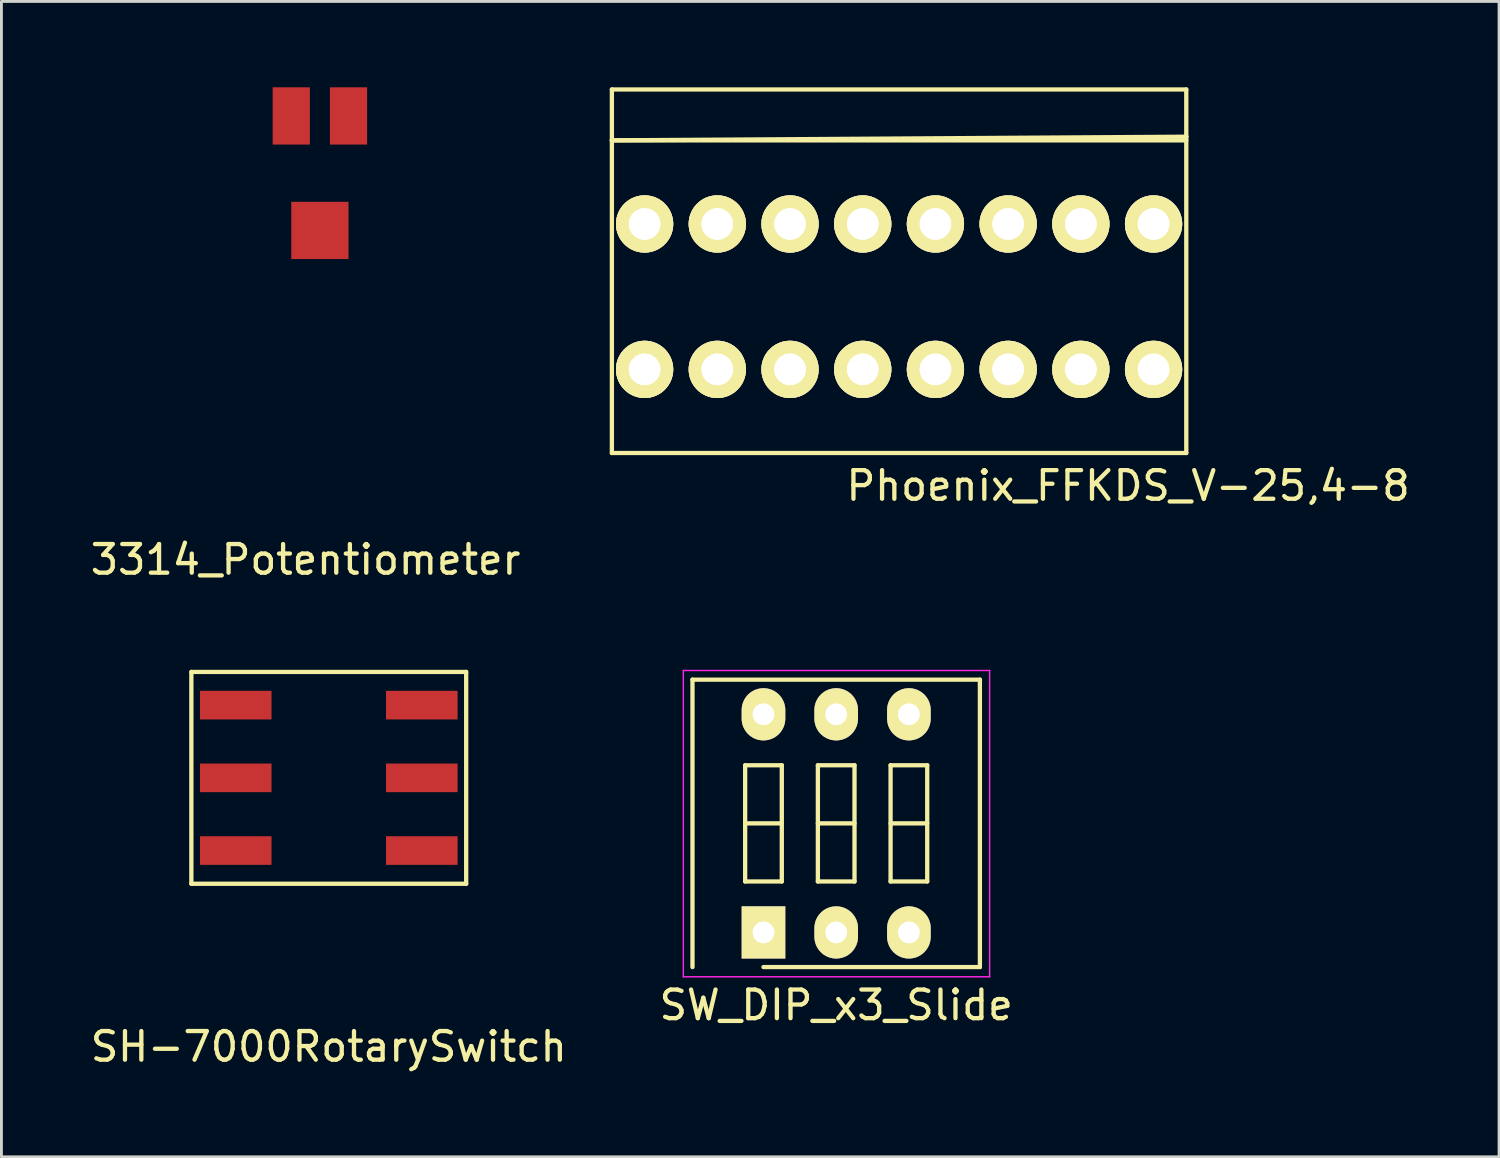
<source format=kicad_pcb>
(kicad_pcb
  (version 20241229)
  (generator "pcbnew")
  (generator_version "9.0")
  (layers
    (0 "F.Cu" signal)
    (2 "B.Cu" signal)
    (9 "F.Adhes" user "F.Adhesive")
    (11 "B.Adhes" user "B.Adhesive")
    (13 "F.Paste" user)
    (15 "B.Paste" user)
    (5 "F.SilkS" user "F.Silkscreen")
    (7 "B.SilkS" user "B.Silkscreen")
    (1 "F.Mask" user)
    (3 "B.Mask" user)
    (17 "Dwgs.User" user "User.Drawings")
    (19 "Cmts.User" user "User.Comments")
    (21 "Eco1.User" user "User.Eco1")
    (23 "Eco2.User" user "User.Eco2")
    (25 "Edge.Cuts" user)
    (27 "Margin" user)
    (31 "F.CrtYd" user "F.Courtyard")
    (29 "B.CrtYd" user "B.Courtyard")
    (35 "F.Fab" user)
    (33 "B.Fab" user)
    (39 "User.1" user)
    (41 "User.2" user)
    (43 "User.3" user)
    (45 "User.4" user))
  (footprint "SW_DIP_x3_Slide"
    (layer "F.Cu")
    (at 23.621 29.523)
    (property "Reference" "SW_DIP_x3_Slide" (at 2.54 2.54 0) (layer "F.SilkS") (effects (font (size 1 1) (thickness 0.15))))
    (attr through_hole)
    (fp_line (start -2.48 -8.83) (end 7.56 -8.83) (stroke (width 0.15) (type solid)) (layer "F.SilkS"))
    (fp_line (start -2.48 1.21) (end -2.48 -8.83) (stroke (width 0.15) (type solid)) (layer "F.SilkS"))
    (fp_line (start -0.64 -5.84) (end -0.64 -1.78) (stroke (width 0.15) (type solid)) (layer "F.SilkS"))
    (fp_line (start -0.64 -3.81) (end 0.64 -3.81) (stroke (width 0.15) (type solid)) (layer "F.SilkS"))
    (fp_line (start -0.64 -1.78) (end 0.64 -1.78) (stroke (width 0.15) (type solid)) (layer "F.SilkS"))
    (fp_line (start 0.64 -5.84) (end -0.64 -5.84) (stroke (width 0.15) (type solid)) (layer "F.SilkS"))
    (fp_line (start 0.64 -1.78) (end 0.64 -5.84) (stroke (width 0.15) (type solid)) (layer "F.SilkS"))
    (fp_line (start 1.9 -5.84) (end 1.9 -1.78) (stroke (width 0.15) (type solid)) (layer "F.SilkS"))
    (fp_line (start 1.9 -3.81) (end 3.18 -3.81) (stroke (width 0.15) (type solid)) (layer "F.SilkS"))
    (fp_line (start 1.9 -1.78) (end 3.18 -1.78) (stroke (width 0.15) (type solid)) (layer "F.SilkS"))
    (fp_line (start 3.18 -5.84) (end 1.9 -5.84) (stroke (width 0.15) (type solid)) (layer "F.SilkS"))
    (fp_line (start 3.18 -1.78) (end 3.18 -5.84) (stroke (width 0.15) (type solid)) (layer "F.SilkS"))
    (fp_line (start 4.44 -5.84) (end 4.44 -1.78) (stroke (width 0.15) (type solid)) (layer "F.SilkS"))
    (fp_line (start 4.44 -3.81) (end 5.72 -3.81) (stroke (width 0.15) (type solid)) (layer "F.SilkS"))
    (fp_line (start 4.44 -1.78) (end 5.72 -1.78) (stroke (width 0.15) (type solid)) (layer "F.SilkS"))
    (fp_line (start 5.72 -5.84) (end 4.44 -5.84) (stroke (width 0.15) (type solid)) (layer "F.SilkS"))
    (fp_line (start 5.72 -1.78) (end 5.72 -5.84) (stroke (width 0.15) (type solid)) (layer "F.SilkS"))
    (fp_line (start 7.56 -8.83) (end 7.56 1.21) (stroke (width 0.15) (type solid)) (layer "F.SilkS"))
    (fp_line (start 7.56 1.21) (end 0 1.21) (stroke (width 0.15) (type solid)) (layer "F.SilkS"))
    (fp_line (start -2.8 -9.15) (end -2.8 1.55) (stroke (width 0.05) (type solid)) (layer "F.CrtYd"))
    (fp_line (start -2.8 1.55) (end 7.9 1.55) (stroke (width 0.05) (type solid)) (layer "F.CrtYd"))
    (fp_line (start 7.9 -9.15) (end -2.8 -9.15) (stroke (width 0.05) (type solid)) (layer "F.CrtYd"))
    (fp_line (start 7.9 1.55) (end 7.9 -9.15) (stroke (width 0.05) (type solid)) (layer "F.CrtYd"))
    (pad "1" thru_hole rect (at 0 0) (size 1.524 1.824) (drill 0.762) (layers "*.Cu" "*.Mask" "F.SilkS"))
    (pad "2" thru_hole oval (at 0 -7.62) (size 1.524 1.824) (drill 0.762) (layers "*.Cu" "*.Mask" "F.SilkS"))
    (pad "3" thru_hole oval (at 2.54 0) (size 1.524 1.824) (drill 0.762) (layers "*.Cu" "*.Mask" "F.SilkS"))
    (pad "4" thru_hole oval (at 2.54 -7.62) (size 1.524 1.824) (drill 0.762) (layers "*.Cu" "*.Mask" "F.SilkS"))
    (pad "5" thru_hole oval (at 5.08 0) (size 1.524 1.824) (drill 0.762) (layers "*.Cu" "*.Mask" "F.SilkS"))
    (pad "6" thru_hole oval (at 5.08 -7.62) (size 1.524 1.824) (drill 0.762) (layers "*.Cu" "*.Mask" "F.SilkS")))
  (footprint "3314_Potentiometer"
    (layer "F.Cu")
    (at 8.125 3)
    (property "Reference" "3314_Potentiometer" (at -0.5 13.5 0) (layer "F.SilkS") (effects (font (size 1 1) (thickness 0.15))))
    (attr through_hole)
    (pad "1" smd rect (at 0 2) (size 2 2) (layers "F.Cu" "F.Mask" "F.Paste"))
    (pad "1" smd rect (at 1 -2) (size 1.3 2) (layers "F.Cu" "F.Mask" "F.Paste"))
    (pad "2" smd rect (at -1 -2) (size 1.3 2) (layers "F.Cu" "F.Mask" "F.Paste")))
  (footprint "SH-7000RotarySwitch"
    (layer "F.Cu")
    (at 8.435 24.123)
    (property "Reference" "SH-7000RotarySwitch" (at 0 9.39 0) (layer "F.SilkS") (effects (font (size 1 1) (thickness 0.15))))
    (attr through_hole)
    (fp_line (start -4.8 -3.7) (end -4.8 3.7) (stroke (width 0.15) (type solid)) (layer "F.SilkS"))
    (fp_line (start -4.8 3.7) (end 4.8 3.7) (stroke (width 0.15) (type solid)) (layer "F.SilkS"))
    (fp_line (start 4.8 -3.7) (end -4.8 -3.7) (stroke (width 0.15) (type solid)) (layer "F.SilkS"))
    (fp_line (start 4.8 3.7) (end 4.8 -3.7) (stroke (width 0.15) (type solid)) (layer "F.SilkS"))
    (pad "1" smd rect (at 3.25 2.54) (size 2.5 1) (layers "F.Cu" "F.Mask" "F.Paste"))
    (pad "2" smd rect (at 3.25 0) (size 2.5 1) (layers "F.Cu" "F.Mask" "F.Paste"))
    (pad "3" smd rect (at 3.25 -2.54) (size 2.5 1) (layers "F.Cu" "F.Mask" "F.Paste"))
    (pad "4" smd rect (at -3.25 -2.54) (size 2.5 1) (layers "F.Cu" "F.Mask" "F.Paste"))
    (pad "5" smd rect (at -3.25 0) (size 2.5 1) (layers "F.Cu" "F.Mask" "F.Paste"))
    (pad "6" smd rect (at -3.25 2.54) (size 2.5 1) (layers "F.Cu" "F.Mask" "F.Paste")))
  (footprint "Phoenix_FFKDS_V-25,4-8"
    (layer "F.Cu")
    (at 28.358 7.314)
    (property "Reference" "Phoenix_FFKDS_V-25,4-8" (at 8.001 6.604 0) (layer "F.SilkS") (effects (font (size 1 1) (thickness 0.15))))
    (attr through_hole)
    (fp_line (start -10.033 -7.239) (end -10.033 -5.461) (stroke (width 0.15) (type solid)) (layer "F.SilkS"))
    (fp_line (start -10.033 -5.461) (end -10.033 5.461) (stroke (width 0.15) (type solid)) (layer "F.SilkS"))
    (fp_line (start -10.033 -5.461) (end 10.033 -5.461) (stroke (width 0.15) (type solid)) (layer "F.SilkS"))
    (fp_line (start -10.033 5.461) (end 10.033 5.461) (stroke (width 0.15) (type solid)) (layer "F.SilkS"))
    (fp_line (start 10.033 -7.239) (end -10.033 -7.239) (stroke (width 0.15) (type solid)) (layer "F.SilkS"))
    (fp_line (start 10.033 -5.588) (end -10.033 -5.461) (stroke (width 0.15) (type solid)) (layer "F.SilkS"))
    (fp_line (start 10.033 -5.588) (end 10.033 -7.239) (stroke (width 0.15) (type solid)) (layer "F.SilkS"))
    (fp_line (start 10.033 5.461) (end 10.033 -5.588) (stroke (width 0.15) (type solid)) (layer "F.SilkS"))
    (pad "1" thru_hole circle (at -8.89 -2.54 180) (size 2 2) (drill 1.1) (layers "*.Cu" "*.Mask" "F.SilkS"))
    (pad "1" thru_hole circle (at -8.89 -2.54 180) (size 2 2) (drill 1.1) (layers "*.Cu" "*.Mask" "F.SilkS"))
    (pad "1" thru_hole circle (at -8.89 2.54 180) (size 2 2) (drill 1.1) (layers "*.Cu" "*.Mask" "F.SilkS"))
    (pad "1" thru_hole circle (at -8.89 2.54 180) (size 2 2) (drill 1.1) (layers "*.Cu" "*.Mask" "F.SilkS"))
    (pad "2" thru_hole circle (at -6.35 -2.54 180) (size 2 2) (drill 1.1) (layers "*.Cu" "*.Mask" "F.SilkS"))
    (pad "2" thru_hole circle (at -6.35 -2.54 180) (size 2 2) (drill 1.1) (layers "*.Cu" "*.Mask" "F.SilkS"))
    (pad "2" thru_hole circle (at -6.35 2.54 180) (size 2 2) (drill 1.1) (layers "*.Cu" "*.Mask" "F.SilkS"))
    (pad "2" thru_hole circle (at -6.35 2.54 180) (size 2 2) (drill 1.1) (layers "*.Cu" "*.Mask" "F.SilkS"))
    (pad "3" thru_hole circle (at -3.81 -2.54 180) (size 2 2) (drill 1.1) (layers "*.Cu" "*.Mask" "F.SilkS"))
    (pad "3" thru_hole circle (at -3.81 -2.54 180) (size 2 2) (drill 1.1) (layers "*.Cu" "*.Mask" "F.SilkS"))
    (pad "3" thru_hole circle (at -3.81 2.54 180) (size 2 2) (drill 1.1) (layers "*.Cu" "*.Mask" "F.SilkS"))
    (pad "3" thru_hole circle (at -3.81 2.54 180) (size 2 2) (drill 1.1) (layers "*.Cu" "*.Mask" "F.SilkS"))
    (pad "4" thru_hole circle (at -1.27 -2.54 180) (size 2 2) (drill 1.1) (layers "*.Cu" "*.Mask" "F.SilkS"))
    (pad "4" thru_hole circle (at -1.27 -2.54 180) (size 2 2) (drill 1.1) (layers "*.Cu" "*.Mask" "F.SilkS"))
    (pad "4" thru_hole circle (at -1.27 2.54 180) (size 2 2) (drill 1.1) (layers "*.Cu" "*.Mask" "F.SilkS"))
    (pad "4" thru_hole circle (at -1.27 2.54 180) (size 2 2) (drill 1.1) (layers "*.Cu" "*.Mask" "F.SilkS"))
    (pad "5" thru_hole circle (at 1.27 -2.54 180) (size 2 2) (drill 1.1) (layers "*.Cu" "*.Mask" "F.SilkS"))
    (pad "5" thru_hole circle (at 1.27 -2.54 180) (size 2 2) (drill 1.1) (layers "*.Cu" "*.Mask" "F.SilkS"))
    (pad "5" thru_hole circle (at 1.27 2.54 180) (size 2 2) (drill 1.1) (layers "*.Cu" "*.Mask" "F.SilkS"))
    (pad "5" thru_hole circle (at 1.27 2.54 180) (size 2 2) (drill 1.1) (layers "*.Cu" "*.Mask" "F.SilkS"))
    (pad "6" thru_hole circle (at 3.81 -2.54 180) (size 2 2) (drill 1.1) (layers "*.Cu" "*.Mask" "F.SilkS"))
    (pad "6" thru_hole circle (at 3.81 -2.54 180) (size 2 2) (drill 1.1) (layers "*.Cu" "*.Mask" "F.SilkS"))
    (pad "6" thru_hole circle (at 3.81 2.54 180) (size 2 2) (drill 1.1) (layers "*.Cu" "*.Mask" "F.SilkS"))
    (pad "6" thru_hole circle (at 3.81 2.54 180) (size 2 2) (drill 1.1) (layers "*.Cu" "*.Mask" "F.SilkS"))
    (pad "7" thru_hole circle (at 6.35 -2.54 180) (size 2 2) (drill 1.1) (layers "*.Cu" "*.Mask" "F.SilkS"))
    (pad "7" thru_hole circle (at 6.35 -2.54 180) (size 2 2) (drill 1.1) (layers "*.Cu" "*.Mask" "F.SilkS"))
    (pad "7" thru_hole circle (at 6.35 2.54 180) (size 2 2) (drill 1.1) (layers "*.Cu" "*.Mask" "F.SilkS"))
    (pad "7" thru_hole circle (at 6.35 2.54 180) (size 2 2) (drill 1.1) (layers "*.Cu" "*.Mask" "F.SilkS"))
    (pad "8" thru_hole circle (at 8.89 -2.54 180) (size 2 2) (drill 1.1) (layers "*.Cu" "*.Mask" "F.SilkS"))
    (pad "8" thru_hole circle (at 8.89 -2.54 180) (size 2 2) (drill 1.1) (layers "*.Cu" "*.Mask" "F.SilkS"))
    (pad "8" thru_hole circle (at 8.89 2.54 180) (size 2 2) (drill 1.1) (layers "*.Cu" "*.Mask" "F.SilkS"))
    (pad "8" thru_hole circle (at 8.89 2.54 180) (size 2 2) (drill 1.1) (layers "*.Cu" "*.Mask" "F.SilkS")))
  (gr_rect
    (start -3 -3)
    (end 49.317 37.361)
    (stroke (width 0.1) (type default))
    (fill no)
    (layer "Edge.Cuts")))
</source>
